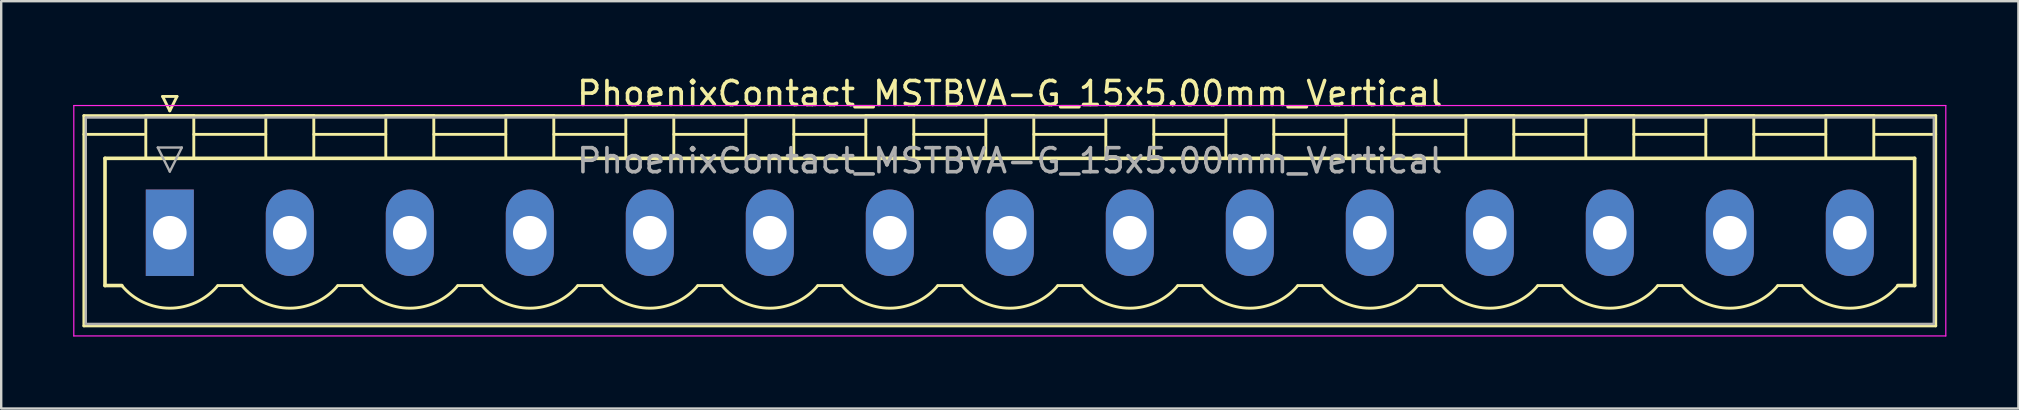
<source format=kicad_pcb>
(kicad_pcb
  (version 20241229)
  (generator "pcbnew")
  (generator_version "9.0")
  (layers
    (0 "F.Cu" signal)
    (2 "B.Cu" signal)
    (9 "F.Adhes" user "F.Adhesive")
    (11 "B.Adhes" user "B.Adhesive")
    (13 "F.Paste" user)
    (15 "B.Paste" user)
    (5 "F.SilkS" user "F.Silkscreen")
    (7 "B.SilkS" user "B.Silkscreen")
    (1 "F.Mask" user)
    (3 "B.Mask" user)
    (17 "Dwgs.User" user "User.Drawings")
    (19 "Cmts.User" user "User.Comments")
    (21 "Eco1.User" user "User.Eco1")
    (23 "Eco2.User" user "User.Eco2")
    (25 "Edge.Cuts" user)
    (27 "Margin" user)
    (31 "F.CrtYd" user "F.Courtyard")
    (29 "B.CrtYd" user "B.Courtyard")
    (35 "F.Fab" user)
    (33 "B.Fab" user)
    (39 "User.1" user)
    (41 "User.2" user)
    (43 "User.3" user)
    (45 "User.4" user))
  (footprint "PhoenixContact_MSTBVA-G_15x5.00mm_Vertical"
    (layer "F.Cu")
    (at 4.025 6.648)
    (property "Reference" "PhoenixContact_MSTBVA-G_15x5.00mm_Vertical" (at 35 -5.8 0) (layer "F.SilkS") (effects (font (size 1 1) (thickness 0.15))))
    (attr through_hole)
    (fp_line (start -3.58 -4.88) (end -3.58 3.88) (stroke (width 0.12) (type solid)) (layer "F.SilkS"))
    (fp_line (start -3.58 -4.1) (end -1.08 -4.1) (stroke (width 0.12) (type solid)) (layer "F.SilkS"))
    (fp_line (start -3.58 3.88) (end 73.58 3.88) (stroke (width 0.12) (type solid)) (layer "F.SilkS"))
    (fp_line (start -2.7 -3.1) (end 72.7 -3.1) (stroke (width 0.15) (type solid)) (layer "F.SilkS"))
    (fp_line (start -2.7 2.2) (end -2.7 -3.1) (stroke (width 0.15) (type solid)) (layer "F.SilkS"))
    (fp_line (start -2 2.2) (end -2.7 2.2) (stroke (width 0.15) (type solid)) (layer "F.SilkS"))
    (fp_line (start -1 -4.88) (end 1 -4.88) (stroke (width 0.12) (type solid)) (layer "F.SilkS"))
    (fp_line (start -1 -3.1) (end -1 -4.88) (stroke (width 0.12) (type solid)) (layer "F.SilkS"))
    (fp_line (start -0.3 -5.68) (end 0.3 -5.68) (stroke (width 0.12) (type solid)) (layer "F.SilkS"))
    (fp_line (start 0 -5.08) (end -0.3 -5.68) (stroke (width 0.12) (type solid)) (layer "F.SilkS"))
    (fp_line (start 0.3 -5.68) (end 0 -5.08) (stroke (width 0.12) (type solid)) (layer "F.SilkS"))
    (fp_line (start 1 -4.88) (end 1 -3.1) (stroke (width 0.12) (type solid)) (layer "F.SilkS"))
    (fp_line (start 1 -4.1) (end 4 -4.1) (stroke (width 0.12) (type solid)) (layer "F.SilkS"))
    (fp_line (start 1 -3.1) (end -1 -3.1) (stroke (width 0.12) (type solid)) (layer "F.SilkS"))
    (fp_line (start 2 2.2) (end 3 2.2) (stroke (width 0.12) (type solid)) (layer "F.SilkS"))
    (fp_line (start 4 -4.88) (end 6 -4.88) (stroke (width 0.12) (type solid)) (layer "F.SilkS"))
    (fp_line (start 4 -3.1) (end 4 -4.88) (stroke (width 0.12) (type solid)) (layer "F.SilkS"))
    (fp_line (start 6 -4.88) (end 6 -3.1) (stroke (width 0.12) (type solid)) (layer "F.SilkS"))
    (fp_line (start 6 -4.1) (end 9 -4.1) (stroke (width 0.12) (type solid)) (layer "F.SilkS"))
    (fp_line (start 6 -3.1) (end 4 -3.1) (stroke (width 0.12) (type solid)) (layer "F.SilkS"))
    (fp_line (start 7 2.2) (end 8 2.2) (stroke (width 0.12) (type solid)) (layer "F.SilkS"))
    (fp_line (start 9 -4.88) (end 11 -4.88) (stroke (width 0.12) (type solid)) (layer "F.SilkS"))
    (fp_line (start 9 -3.1) (end 9 -4.88) (stroke (width 0.12) (type solid)) (layer "F.SilkS"))
    (fp_line (start 11 -4.88) (end 11 -3.1) (stroke (width 0.12) (type solid)) (layer "F.SilkS"))
    (fp_line (start 11 -4.1) (end 14 -4.1) (stroke (width 0.12) (type solid)) (layer "F.SilkS"))
    (fp_line (start 11 -3.1) (end 9 -3.1) (stroke (width 0.12) (type solid)) (layer "F.SilkS"))
    (fp_line (start 12 2.2) (end 13 2.2) (stroke (width 0.12) (type solid)) (layer "F.SilkS"))
    (fp_line (start 14 -4.88) (end 16 -4.88) (stroke (width 0.12) (type solid)) (layer "F.SilkS"))
    (fp_line (start 14 -3.1) (end 14 -4.88) (stroke (width 0.12) (type solid)) (layer "F.SilkS"))
    (fp_line (start 16 -4.88) (end 16 -3.1) (stroke (width 0.12) (type solid)) (layer "F.SilkS"))
    (fp_line (start 16 -4.1) (end 19 -4.1) (stroke (width 0.12) (type solid)) (layer "F.SilkS"))
    (fp_line (start 16 -3.1) (end 14 -3.1) (stroke (width 0.12) (type solid)) (layer "F.SilkS"))
    (fp_line (start 17 2.2) (end 18 2.2) (stroke (width 0.12) (type solid)) (layer "F.SilkS"))
    (fp_line (start 19 -4.88) (end 21 -4.88) (stroke (width 0.12) (type solid)) (layer "F.SilkS"))
    (fp_line (start 19 -3.1) (end 19 -4.88) (stroke (width 0.12) (type solid)) (layer "F.SilkS"))
    (fp_line (start 21 -4.88) (end 21 -3.1) (stroke (width 0.12) (type solid)) (layer "F.SilkS"))
    (fp_line (start 21 -4.1) (end 24 -4.1) (stroke (width 0.12) (type solid)) (layer "F.SilkS"))
    (fp_line (start 21 -3.1) (end 19 -3.1) (stroke (width 0.12) (type solid)) (layer "F.SilkS"))
    (fp_line (start 22 2.2) (end 23 2.2) (stroke (width 0.12) (type solid)) (layer "F.SilkS"))
    (fp_line (start 24 -4.88) (end 26 -4.88) (stroke (width 0.12) (type solid)) (layer "F.SilkS"))
    (fp_line (start 24 -3.1) (end 24 -4.88) (stroke (width 0.12) (type solid)) (layer "F.SilkS"))
    (fp_line (start 26 -4.88) (end 26 -3.1) (stroke (width 0.12) (type solid)) (layer "F.SilkS"))
    (fp_line (start 26 -4.1) (end 29 -4.1) (stroke (width 0.12) (type solid)) (layer "F.SilkS"))
    (fp_line (start 26 -3.1) (end 24 -3.1) (stroke (width 0.12) (type solid)) (layer "F.SilkS"))
    (fp_line (start 27 2.2) (end 28 2.2) (stroke (width 0.12) (type solid)) (layer "F.SilkS"))
    (fp_line (start 29 -4.88) (end 31 -4.88) (stroke (width 0.12) (type solid)) (layer "F.SilkS"))
    (fp_line (start 29 -3.1) (end 29 -4.88) (stroke (width 0.12) (type solid)) (layer "F.SilkS"))
    (fp_line (start 31 -4.88) (end 31 -3.1) (stroke (width 0.12) (type solid)) (layer "F.SilkS"))
    (fp_line (start 31 -4.1) (end 34 -4.1) (stroke (width 0.12) (type solid)) (layer "F.SilkS"))
    (fp_line (start 31 -3.1) (end 29 -3.1) (stroke (width 0.12) (type solid)) (layer "F.SilkS"))
    (fp_line (start 32 2.2) (end 33 2.2) (stroke (width 0.12) (type solid)) (layer "F.SilkS"))
    (fp_line (start 34 -4.88) (end 36 -4.88) (stroke (width 0.12) (type solid)) (layer "F.SilkS"))
    (fp_line (start 34 -3.1) (end 34 -4.88) (stroke (width 0.12) (type solid)) (layer "F.SilkS"))
    (fp_line (start 36 -4.88) (end 36 -3.1) (stroke (width 0.12) (type solid)) (layer "F.SilkS"))
    (fp_line (start 36 -4.1) (end 39 -4.1) (stroke (width 0.12) (type solid)) (layer "F.SilkS"))
    (fp_line (start 36 -3.1) (end 34 -3.1) (stroke (width 0.12) (type solid)) (layer "F.SilkS"))
    (fp_line (start 37 2.2) (end 38 2.2) (stroke (width 0.12) (type solid)) (layer "F.SilkS"))
    (fp_line (start 39 -4.88) (end 41 -4.88) (stroke (width 0.12) (type solid)) (layer "F.SilkS"))
    (fp_line (start 39 -3.1) (end 39 -4.88) (stroke (width 0.12) (type solid)) (layer "F.SilkS"))
    (fp_line (start 41 -4.88) (end 41 -3.1) (stroke (width 0.12) (type solid)) (layer "F.SilkS"))
    (fp_line (start 41 -4.1) (end 44 -4.1) (stroke (width 0.12) (type solid)) (layer "F.SilkS"))
    (fp_line (start 41 -3.1) (end 39 -3.1) (stroke (width 0.12) (type solid)) (layer "F.SilkS"))
    (fp_line (start 42 2.2) (end 43 2.2) (stroke (width 0.12) (type solid)) (layer "F.SilkS"))
    (fp_line (start 44 -4.88) (end 46 -4.88) (stroke (width 0.12) (type solid)) (layer "F.SilkS"))
    (fp_line (start 44 -3.1) (end 44 -4.88) (stroke (width 0.12) (type solid)) (layer "F.SilkS"))
    (fp_line (start 46 -4.88) (end 46 -3.1) (stroke (width 0.12) (type solid)) (layer "F.SilkS"))
    (fp_line (start 46 -4.1) (end 49 -4.1) (stroke (width 0.12) (type solid)) (layer "F.SilkS"))
    (fp_line (start 46 -3.1) (end 44 -3.1) (stroke (width 0.12) (type solid)) (layer "F.SilkS"))
    (fp_line (start 47 2.2) (end 48 2.2) (stroke (width 0.12) (type solid)) (layer "F.SilkS"))
    (fp_line (start 49 -4.88) (end 51 -4.88) (stroke (width 0.12) (type solid)) (layer "F.SilkS"))
    (fp_line (start 49 -3.1) (end 49 -4.88) (stroke (width 0.12) (type solid)) (layer "F.SilkS"))
    (fp_line (start 51 -4.88) (end 51 -3.1) (stroke (width 0.12) (type solid)) (layer "F.SilkS"))
    (fp_line (start 51 -4.1) (end 54 -4.1) (stroke (width 0.12) (type solid)) (layer "F.SilkS"))
    (fp_line (start 51 -3.1) (end 49 -3.1) (stroke (width 0.12) (type solid)) (layer "F.SilkS"))
    (fp_line (start 52 2.2) (end 53 2.2) (stroke (width 0.12) (type solid)) (layer "F.SilkS"))
    (fp_line (start 54 -4.88) (end 56 -4.88) (stroke (width 0.12) (type solid)) (layer "F.SilkS"))
    (fp_line (start 54 -3.1) (end 54 -4.88) (stroke (width 0.12) (type solid)) (layer "F.SilkS"))
    (fp_line (start 56 -4.88) (end 56 -3.1) (stroke (width 0.12) (type solid)) (layer "F.SilkS"))
    (fp_line (start 56 -4.1) (end 59 -4.1) (stroke (width 0.12) (type solid)) (layer "F.SilkS"))
    (fp_line (start 56 -3.1) (end 54 -3.1) (stroke (width 0.12) (type solid)) (layer "F.SilkS"))
    (fp_line (start 57 2.2) (end 58 2.2) (stroke (width 0.12) (type solid)) (layer "F.SilkS"))
    (fp_line (start 59 -4.88) (end 61 -4.88) (stroke (width 0.12) (type solid)) (layer "F.SilkS"))
    (fp_line (start 59 -3.1) (end 59 -4.88) (stroke (width 0.12) (type solid)) (layer "F.SilkS"))
    (fp_line (start 61 -4.88) (end 61 -3.1) (stroke (width 0.12) (type solid)) (layer "F.SilkS"))
    (fp_line (start 61 -4.1) (end 64 -4.1) (stroke (width 0.12) (type solid)) (layer "F.SilkS"))
    (fp_line (start 61 -3.1) (end 59 -3.1) (stroke (width 0.12) (type solid)) (layer "F.SilkS"))
    (fp_line (start 62 2.2) (end 63 2.2) (stroke (width 0.12) (type solid)) (layer "F.SilkS"))
    (fp_line (start 64 -4.88) (end 66 -4.88) (stroke (width 0.12) (type solid)) (layer "F.SilkS"))
    (fp_line (start 64 -3.1) (end 64 -4.88) (stroke (width 0.12) (type solid)) (layer "F.SilkS"))
    (fp_line (start 66 -4.88) (end 66 -3.1) (stroke (width 0.12) (type solid)) (layer "F.SilkS"))
    (fp_line (start 66 -4.1) (end 69 -4.1) (stroke (width 0.12) (type solid)) (layer "F.SilkS"))
    (fp_line (start 66 -3.1) (end 64 -3.1) (stroke (width 0.12) (type solid)) (layer "F.SilkS"))
    (fp_line (start 67 2.2) (end 68 2.2) (stroke (width 0.12) (type solid)) (layer "F.SilkS"))
    (fp_line (start 69 -4.88) (end 71 -4.88) (stroke (width 0.12) (type solid)) (layer "F.SilkS"))
    (fp_line (start 69 -3.1) (end 69 -4.88) (stroke (width 0.12) (type solid)) (layer "F.SilkS"))
    (fp_line (start 71 -4.88) (end 71 -3.1) (stroke (width 0.12) (type solid)) (layer "F.SilkS"))
    (fp_line (start 71 -3.1) (end 69 -3.1) (stroke (width 0.12) (type solid)) (layer "F.SilkS"))
    (fp_line (start 72.7 -3.1) (end 72.7 2.2) (stroke (width 0.15) (type solid)) (layer "F.SilkS"))
    (fp_line (start 72.7 2.2) (end 72 2.2) (stroke (width 0.15) (type solid)) (layer "F.SilkS"))
    (fp_line (start 73.58 -4.88) (end -3.58 -4.88) (stroke (width 0.12) (type solid)) (layer "F.SilkS"))
    (fp_line (start 73.58 -4.1) (end 71.08 -4.1) (stroke (width 0.12) (type solid)) (layer "F.SilkS"))
    (fp_line (start 73.58 3.88) (end 73.58 -4.88) (stroke (width 0.12) (type solid)) (layer "F.SilkS"))
    (fp_arc (start 1.986842 2.215821) (mid -0.010289 3.142758) (end -2 2.2) (stroke (width 0.12) (type solid)) (layer "F.SilkS"))
    (fp_arc (start 6.986842 2.215821) (mid 4.989711 3.142758) (end 3 2.2) (stroke (width 0.12) (type solid)) (layer "F.SilkS"))
    (fp_arc (start 11.986842 2.215821) (mid 9.989711 3.142758) (end 8 2.2) (stroke (width 0.12) (type solid)) (layer "F.SilkS"))
    (fp_arc (start 16.986842 2.215821) (mid 14.989711 3.142758) (end 13 2.2) (stroke (width 0.12) (type solid)) (layer "F.SilkS"))
    (fp_arc (start 21.986842 2.215821) (mid 19.989711 3.142758) (end 18 2.2) (stroke (width 0.12) (type solid)) (layer "F.SilkS"))
    (fp_arc (start 26.986842 2.215821) (mid 24.989711 3.142758) (end 23 2.2) (stroke (width 0.12) (type solid)) (layer "F.SilkS"))
    (fp_arc (start 31.986842 2.215821) (mid 29.989711 3.142758) (end 28 2.2) (stroke (width 0.12) (type solid)) (layer "F.SilkS"))
    (fp_arc (start 36.986842 2.215821) (mid 34.989711 3.142758) (end 33 2.2) (stroke (width 0.12) (type solid)) (layer "F.SilkS"))
    (fp_arc (start 41.986842 2.215821) (mid 39.989711 3.142758) (end 38 2.2) (stroke (width 0.12) (type solid)) (layer "F.SilkS"))
    (fp_arc (start 46.986842 2.215821) (mid 44.989711 3.142758) (end 43 2.2) (stroke (width 0.12) (type solid)) (layer "F.SilkS"))
    (fp_arc (start 51.986842 2.215821) (mid 49.989711 3.142758) (end 48 2.2) (stroke (width 0.12) (type solid)) (layer "F.SilkS"))
    (fp_arc (start 56.986842 2.215821) (mid 54.989711 3.142758) (end 53 2.2) (stroke (width 0.12) (type solid)) (layer "F.SilkS"))
    (fp_arc (start 61.986842 2.215821) (mid 59.989711 3.142758) (end 58 2.2) (stroke (width 0.12) (type solid)) (layer "F.SilkS"))
    (fp_arc (start 66.986842 2.215821) (mid 64.989711 3.142758) (end 63 2.2) (stroke (width 0.12) (type solid)) (layer "F.SilkS"))
    (fp_arc (start 71.986842 2.215821) (mid 69.989711 3.142758) (end 68 2.2) (stroke (width 0.12) (type solid)) (layer "F.SilkS"))
    (fp_line (start -4 -5.3) (end -4 4.3) (stroke (width 0.05) (type solid)) (layer "F.CrtYd"))
    (fp_line (start -4 4.3) (end 74 4.3) (stroke (width 0.05) (type solid)) (layer "F.CrtYd"))
    (fp_line (start 74 -5.3) (end -4 -5.3) (stroke (width 0.05) (type solid)) (layer "F.CrtYd"))
    (fp_line (start 74 4.3) (end 74 -5.3) (stroke (width 0.05) (type solid)) (layer "F.CrtYd"))
    (fp_line (start -3.5 -4.8) (end -3.5 3.8) (stroke (width 0.1) (type solid)) (layer "F.Fab"))
    (fp_line (start -3.5 3.8) (end 73.5 3.8) (stroke (width 0.1) (type solid)) (layer "F.Fab"))
    (fp_line (start -0.5 -3.55) (end 0.5 -3.55) (stroke (width 0.1) (type solid)) (layer "F.Fab"))
    (fp_line (start 0 -2.55) (end -0.5 -3.55) (stroke (width 0.1) (type solid)) (layer "F.Fab"))
    (fp_line (start 0.5 -3.55) (end 0 -2.55) (stroke (width 0.1) (type solid)) (layer "F.Fab"))
    (fp_line (start 73.5 -4.8) (end -3.5 -4.8) (stroke (width 0.1) (type solid)) (layer "F.Fab"))
    (fp_line (start 73.5 3.8) (end 73.5 -4.8) (stroke (width 0.1) (type solid)) (layer "F.Fab"))
    (fp_text user "${REFERENCE}" (at 35 -3 0) (layer "F.Fab") (effects (font (size 1 1) (thickness 0.15))))
    (pad "1" thru_hole rect (at 0 0) (size 2 3.6) (drill 1.4) (layers "*.Cu" "*.Mask"))
    (pad "2" thru_hole oval (at 5 0) (size 2 3.6) (drill 1.4) (layers "*.Cu" "*.Mask"))
    (pad "3" thru_hole oval (at 10 0) (size 2 3.6) (drill 1.4) (layers "*.Cu" "*.Mask"))
    (pad "4" thru_hole oval (at 15 0) (size 2 3.6) (drill 1.4) (layers "*.Cu" "*.Mask"))
    (pad "5" thru_hole oval (at 20 0) (size 2 3.6) (drill 1.4) (layers "*.Cu" "*.Mask"))
    (pad "6" thru_hole oval (at 25 0) (size 2 3.6) (drill 1.4) (layers "*.Cu" "*.Mask"))
    (pad "7" thru_hole oval (at 30 0) (size 2 3.6) (drill 1.4) (layers "*.Cu" "*.Mask"))
    (pad "8" thru_hole oval (at 35 0) (size 2 3.6) (drill 1.4) (layers "*.Cu" "*.Mask"))
    (pad "9" thru_hole oval (at 40 0) (size 2 3.6) (drill 1.4) (layers "*.Cu" "*.Mask"))
    (pad "10" thru_hole oval (at 45 0) (size 2 3.6) (drill 1.4) (layers "*.Cu" "*.Mask"))
    (pad "11" thru_hole oval (at 50 0) (size 2 3.6) (drill 1.4) (layers "*.Cu" "*.Mask"))
    (pad "12" thru_hole oval (at 55 0) (size 2 3.6) (drill 1.4) (layers "*.Cu" "*.Mask"))
    (pad "13" thru_hole oval (at 60 0) (size 2 3.6) (drill 1.4) (layers "*.Cu" "*.Mask"))
    (pad "14" thru_hole oval (at 65 0) (size 2 3.6) (drill 1.4) (layers "*.Cu" "*.Mask"))
    (pad "15" thru_hole oval (at 70 0) (size 2 3.6) (drill 1.4) (layers "*.Cu" "*.Mask")))
  (gr_rect
    (start -3 -3)
    (end 81.05 13.973)
    (stroke (width 0.1) (type default))
    (fill no)
    (layer "Edge.Cuts")))
</source>
